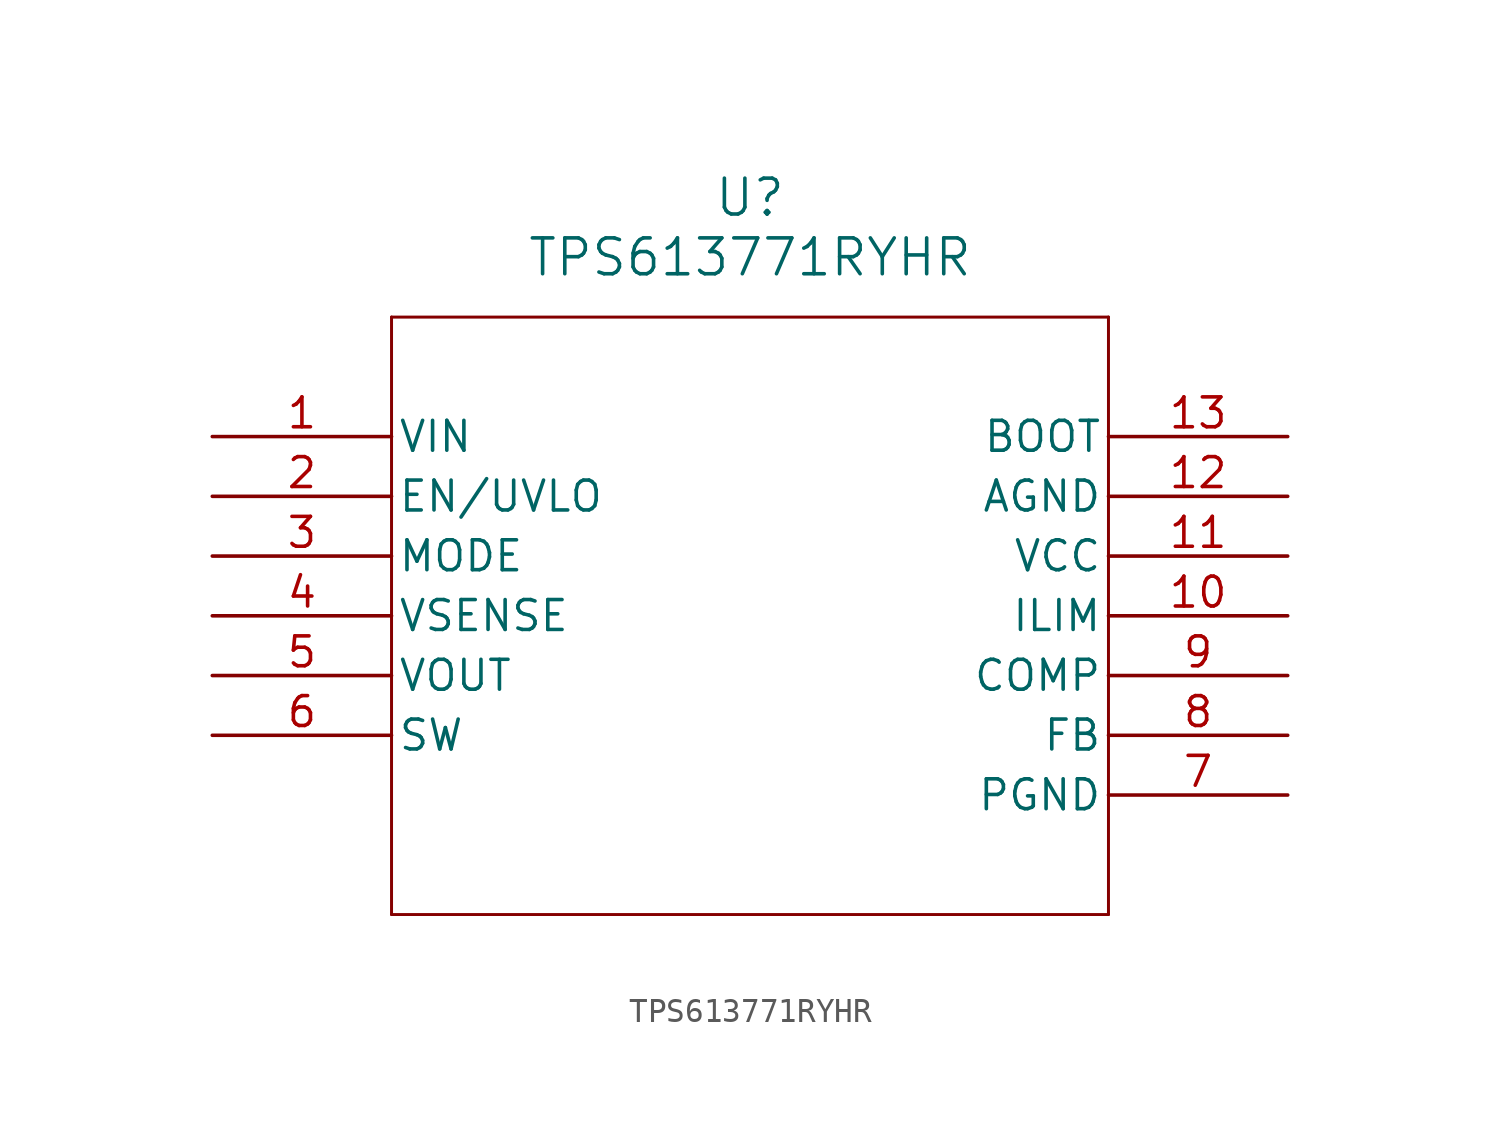
<source format=kicad_sym>
(kicad_symbol_lib
  (version 20211014)
  (generator kicad_symbol_editor)
  (symbol "TPS613771RYHR"
    (pin_names
      (offset 0.254))
    (property "Reference" "U"
      (at 22.86 10.16 0)
      (effects (font (size 1.524 1.524))))
    (property "Value" "TPS613771RYHR"
      (at 22.86 7.62 0)
      (effects (font (size 1.524 1.524))))
    (symbol "TPS613771RYHR_0_1"
      (polyline (pts (xy 7.62 5.08) (xy 7.62 -20.32)) (stroke (width 0.127) (type default) (color 0 0 0 0)) (fill (type none)))
      (polyline (pts (xy 7.62 -20.32) (xy 38.1 -20.32)) (stroke (width 0.127) (type default) (color 0 0 0 0)) (fill (type none)))
      (polyline (pts (xy 38.1 -20.32) (xy 38.1 5.08)) (stroke (width 0.127) (type default) (color 0 0 0 0)) (fill (type none)))
      (polyline (pts (xy 38.1 5.08) (xy 7.62 5.08)) (stroke (width 0.127) (type default) (color 0 0 0 0)) (fill (type none)))
      (pin input line (at 0 0 0) (length 7.62) (name "VIN" (effects (font (size 1.27 1.27)))) (number "1" (effects (font (size 1.27 1.27)))))
      (pin input line (at 0 -2.54 0) (length 7.62) (name "EN/UVLO" (effects (font (size 1.27 1.27)))) (number "2" (effects (font (size 1.27 1.27)))))
      (pin input line (at 0 -5.08 0) (length 7.62) (name "MODE" (effects (font (size 1.27 1.27)))) (number "3" (effects (font (size 1.27 1.27)))))
      (pin input line (at 0 -7.62 0) (length 7.62) (name "VSENSE" (effects (font (size 1.27 1.27)))) (number "4" (effects (font (size 1.27 1.27)))))
      (pin power_in line (at 0 -10.16 0) (length 7.62) (name "VOUT" (effects (font (size 1.27 1.27)))) (number "5" (effects (font (size 1.27 1.27)))))
      (pin power_in line (at 0 -12.7 0) (length 7.62) (name "SW" (effects (font (size 1.27 1.27)))) (number "6" (effects (font (size 1.27 1.27)))))
      (pin power_out line (at 45.72 -15.24 180) (length 7.62) (name "PGND" (effects (font (size 1.27 1.27)))) (number "7" (effects (font (size 1.27 1.27)))))
      (pin input line (at 45.72 -12.7 180) (length 7.62) (name "FB" (effects (font (size 1.27 1.27)))) (number "8" (effects (font (size 1.27 1.27)))))
      (pin output line (at 45.72 -10.16 180) (length 7.62) (name "COMP" (effects (font (size 1.27 1.27)))) (number "9" (effects (font (size 1.27 1.27)))))
      (pin input line (at 45.72 -7.62 180) (length 7.62) (name "ILIM" (effects (font (size 1.27 1.27)))) (number "10" (effects (font (size 1.27 1.27)))))
      (pin output line (at 45.72 -5.08 180) (length 7.62) (name "VCC" (effects (font (size 1.27 1.27)))) (number "11" (effects (font (size 1.27 1.27)))))
      (pin power_out line (at 45.72 -2.54 180) (length 7.62) (name "AGND" (effects (font (size 1.27 1.27)))) (number "12" (effects (font (size 1.27 1.27)))))
      (pin output line (at 45.72 0 180) (length 7.62) (name "BOOT" (effects (font (size 1.27 1.27)))) (number "13" (effects (font (size 1.27 1.27))))))))
</source>
